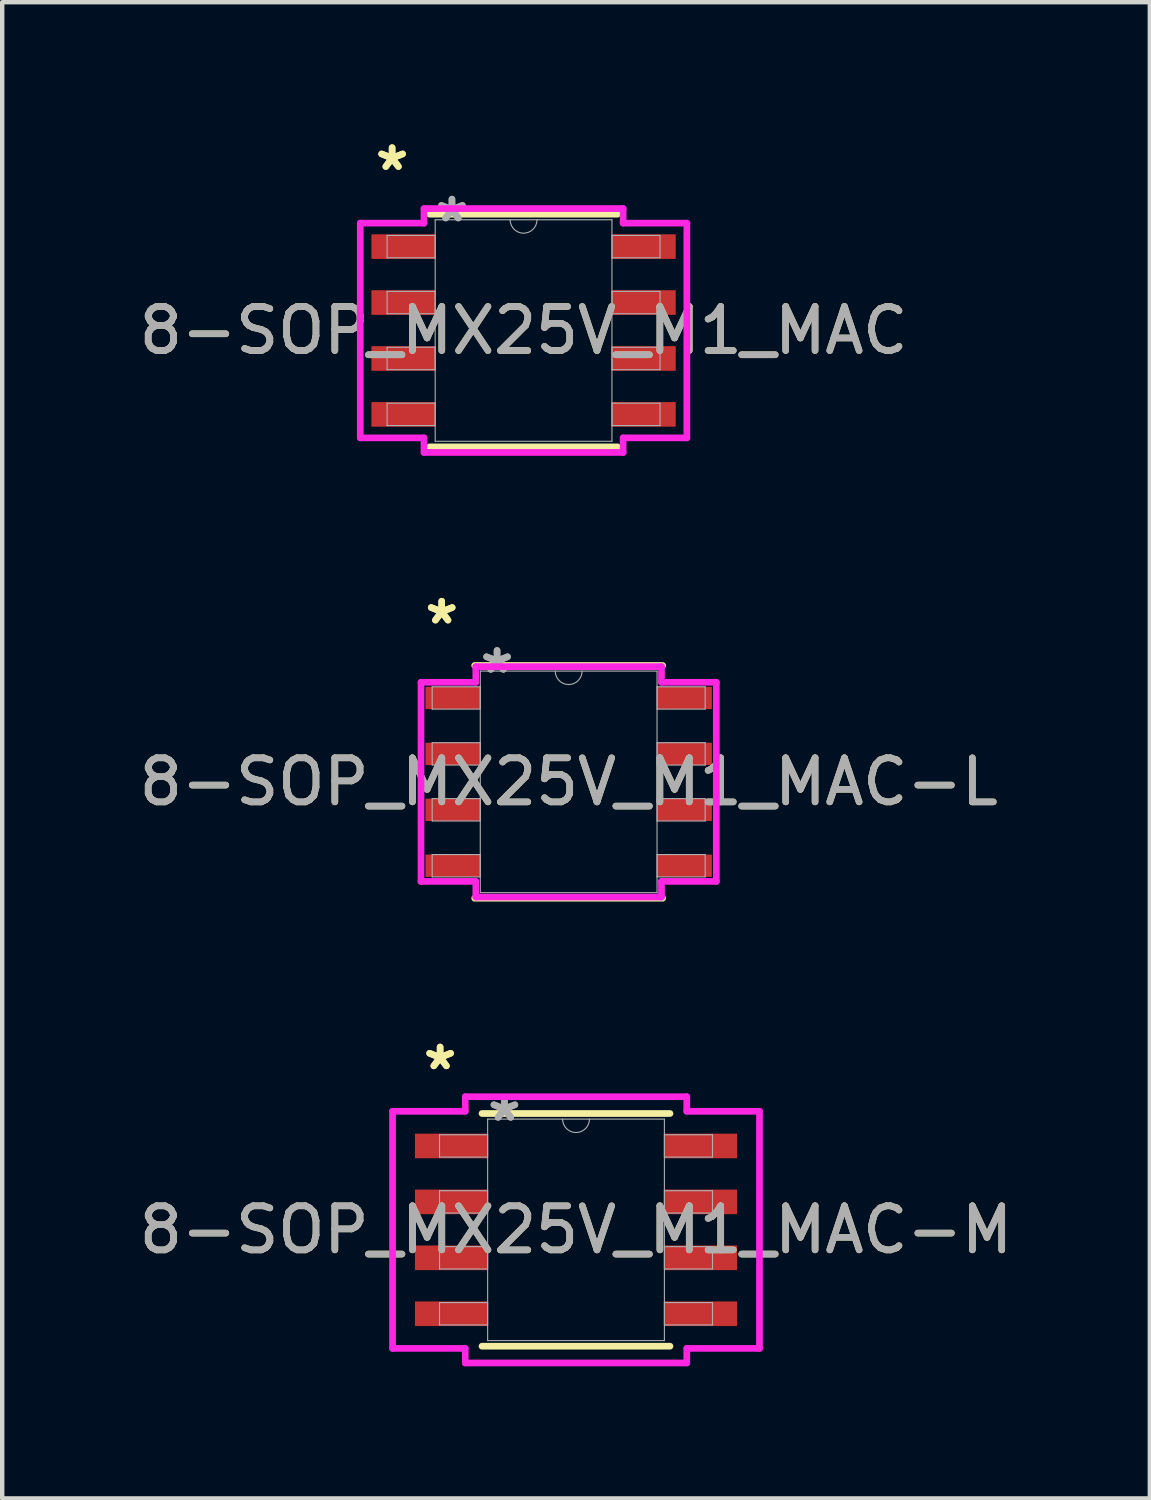
<source format=kicad_pcb>
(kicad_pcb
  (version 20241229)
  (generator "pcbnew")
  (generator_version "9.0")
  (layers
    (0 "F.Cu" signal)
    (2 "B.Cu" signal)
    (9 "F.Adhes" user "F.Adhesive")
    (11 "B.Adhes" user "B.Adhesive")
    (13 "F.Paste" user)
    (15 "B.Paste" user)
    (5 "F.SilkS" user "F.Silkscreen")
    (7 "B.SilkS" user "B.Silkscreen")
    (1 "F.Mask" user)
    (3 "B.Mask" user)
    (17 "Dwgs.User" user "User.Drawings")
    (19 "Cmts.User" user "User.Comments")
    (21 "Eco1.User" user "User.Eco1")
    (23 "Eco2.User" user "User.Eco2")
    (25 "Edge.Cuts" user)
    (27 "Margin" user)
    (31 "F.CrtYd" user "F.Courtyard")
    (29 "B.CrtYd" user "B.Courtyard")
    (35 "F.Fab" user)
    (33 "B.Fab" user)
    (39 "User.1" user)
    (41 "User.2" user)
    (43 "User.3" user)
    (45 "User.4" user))
  (footprint "8-SOP_MX25V_M1_MAC-M"
    (layer "F.Cu")
    (at 10.03 24.877)
    (property "Reference" "8-SOP_MX25V_M1_MAC-M" (at 0 0 0) (unlocked yes) (layer "F.SilkS") (effects (font (size 1 1) (thickness 0.15))))
    (attr smd)
    (fp_line (start -2.134 2.642) (end 2.134 2.642) (stroke (width 0.152) (type solid)) (layer "F.SilkS"))
    (fp_line (start 2.134 -2.642) (end -2.134 -2.642) (stroke (width 0.152) (type solid)) (layer "F.SilkS"))
    (fp_line (start -4.166 -2.692) (end -2.515 -2.692) (stroke (width 0.152) (type solid)) (layer "F.CrtYd"))
    (fp_line (start -4.166 2.692) (end -4.166 -2.692) (stroke (width 0.152) (type solid)) (layer "F.CrtYd"))
    (fp_line (start -4.166 2.692) (end -2.515 2.692) (stroke (width 0.152) (type solid)) (layer "F.CrtYd"))
    (fp_line (start -2.515 -3.023) (end 2.515 -3.023) (stroke (width 0.152) (type solid)) (layer "F.CrtYd"))
    (fp_line (start -2.515 -2.692) (end -2.515 -3.023) (stroke (width 0.152) (type solid)) (layer "F.CrtYd"))
    (fp_line (start -2.515 3.023) (end -2.515 2.692) (stroke (width 0.152) (type solid)) (layer "F.CrtYd"))
    (fp_line (start 2.515 -3.023) (end 2.515 -2.692) (stroke (width 0.152) (type solid)) (layer "F.CrtYd"))
    (fp_line (start 2.515 2.692) (end 2.515 3.023) (stroke (width 0.152) (type solid)) (layer "F.CrtYd"))
    (fp_line (start 2.515 3.023) (end -2.515 3.023) (stroke (width 0.152) (type solid)) (layer "F.CrtYd"))
    (fp_line (start 4.166 -2.692) (end 2.515 -2.692) (stroke (width 0.152) (type solid)) (layer "F.CrtYd"))
    (fp_line (start 4.166 -2.692) (end 4.166 2.692) (stroke (width 0.152) (type solid)) (layer "F.CrtYd"))
    (fp_line (start 4.166 2.692) (end 2.515 2.692) (stroke (width 0.152) (type solid)) (layer "F.CrtYd"))
    (fp_line (start -3.099 -2.159) (end -3.099 -1.651) (stroke (width 0.025) (type solid)) (layer "F.Fab"))
    (fp_line (start -3.099 -1.651) (end -2.007 -1.651) (stroke (width 0.025) (type solid)) (layer "F.Fab"))
    (fp_line (start -3.099 -0.889) (end -3.099 -0.381) (stroke (width 0.025) (type solid)) (layer "F.Fab"))
    (fp_line (start -3.099 -0.381) (end -2.007 -0.381) (stroke (width 0.025) (type solid)) (layer "F.Fab"))
    (fp_line (start -3.099 0.381) (end -3.099 0.889) (stroke (width 0.025) (type solid)) (layer "F.Fab"))
    (fp_line (start -3.099 0.889) (end -2.007 0.889) (stroke (width 0.025) (type solid)) (layer "F.Fab"))
    (fp_line (start -3.099 1.651) (end -3.099 2.159) (stroke (width 0.025) (type solid)) (layer "F.Fab"))
    (fp_line (start -3.099 2.159) (end -2.007 2.159) (stroke (width 0.025) (type solid)) (layer "F.Fab"))
    (fp_line (start -2.007 -2.515) (end -2.007 2.515) (stroke (width 0.025) (type solid)) (layer "F.Fab"))
    (fp_line (start -2.007 -2.159) (end -3.099 -2.159) (stroke (width 0.025) (type solid)) (layer "F.Fab"))
    (fp_line (start -2.007 -1.651) (end -2.007 -2.159) (stroke (width 0.025) (type solid)) (layer "F.Fab"))
    (fp_line (start -2.007 -0.889) (end -3.099 -0.889) (stroke (width 0.025) (type solid)) (layer "F.Fab"))
    (fp_line (start -2.007 -0.381) (end -2.007 -0.889) (stroke (width 0.025) (type solid)) (layer "F.Fab"))
    (fp_line (start -2.007 0.381) (end -3.099 0.381) (stroke (width 0.025) (type solid)) (layer "F.Fab"))
    (fp_line (start -2.007 0.889) (end -2.007 0.381) (stroke (width 0.025) (type solid)) (layer "F.Fab"))
    (fp_line (start -2.007 1.651) (end -3.099 1.651) (stroke (width 0.025) (type solid)) (layer "F.Fab"))
    (fp_line (start -2.007 2.159) (end -2.007 1.651) (stroke (width 0.025) (type solid)) (layer "F.Fab"))
    (fp_line (start -2.007 2.515) (end 2.007 2.515) (stroke (width 0.025) (type solid)) (layer "F.Fab"))
    (fp_line (start 2.007 -2.515) (end -2.007 -2.515) (stroke (width 0.025) (type solid)) (layer "F.Fab"))
    (fp_line (start 2.007 -2.159) (end 2.007 -1.651) (stroke (width 0.025) (type solid)) (layer "F.Fab"))
    (fp_line (start 2.007 -1.651) (end 3.099 -1.651) (stroke (width 0.025) (type solid)) (layer "F.Fab"))
    (fp_line (start 2.007 -0.889) (end 2.007 -0.381) (stroke (width 0.025) (type solid)) (layer "F.Fab"))
    (fp_line (start 2.007 -0.381) (end 3.099 -0.381) (stroke (width 0.025) (type solid)) (layer "F.Fab"))
    (fp_line (start 2.007 0.381) (end 2.007 0.889) (stroke (width 0.025) (type solid)) (layer "F.Fab"))
    (fp_line (start 2.007 0.889) (end 3.099 0.889) (stroke (width 0.025) (type solid)) (layer "F.Fab"))
    (fp_line (start 2.007 1.651) (end 2.007 2.159) (stroke (width 0.025) (type solid)) (layer "F.Fab"))
    (fp_line (start 2.007 2.159) (end 3.099 2.159) (stroke (width 0.025) (type solid)) (layer "F.Fab"))
    (fp_line (start 2.007 2.515) (end 2.007 -2.515) (stroke (width 0.025) (type solid)) (layer "F.Fab"))
    (fp_line (start 3.099 -2.159) (end 2.007 -2.159) (stroke (width 0.025) (type solid)) (layer "F.Fab"))
    (fp_line (start 3.099 -1.651) (end 3.099 -2.159) (stroke (width 0.025) (type solid)) (layer "F.Fab"))
    (fp_line (start 3.099 -0.889) (end 2.007 -0.889) (stroke (width 0.025) (type solid)) (layer "F.Fab"))
    (fp_line (start 3.099 -0.381) (end 3.099 -0.889) (stroke (width 0.025) (type solid)) (layer "F.Fab"))
    (fp_line (start 3.099 0.381) (end 2.007 0.381) (stroke (width 0.025) (type solid)) (layer "F.Fab"))
    (fp_line (start 3.099 0.889) (end 3.099 0.381) (stroke (width 0.025) (type solid)) (layer "F.Fab"))
    (fp_line (start 3.099 1.651) (end 2.007 1.651) (stroke (width 0.025) (type solid)) (layer "F.Fab"))
    (fp_line (start 3.099 2.159) (end 3.099 1.651) (stroke (width 0.025) (type solid)) (layer "F.Fab"))
    (fp_arc (start 0.3048 -2.5146) (mid 0 -2.2098) (end -0.3048 -2.5146) (stroke (width 0.0254) (type solid)) (layer "F.Fab"))
    (fp_text user "*" (at -3.086 -3.607 0) (unlocked yes) (layer "F.SilkS") (effects (font (size 1 1) (thickness 0.15))))
    (fp_text user "*" (at -3.086 -3.607 0) (layer "F.SilkS") (effects (font (size 1 1) (thickness 0.15))))
    (fp_text user "${REFERENCE}" (at 0 0 0) (unlocked yes) (layer "F.Fab") (effects (font (size 1 1) (thickness 0.15))))
    (fp_text user "*" (at -1.626 -2.438 0) (layer "F.Fab") (effects (font (size 1 1) (thickness 0.15))))
    (fp_text user "*" (at -1.626 -2.438 0) (unlocked yes) (layer "F.Fab") (effects (font (size 1 1) (thickness 0.15))))
    (pad "1" smd rect (at -2.832 -1.905) (size 1.651 0.559) (layers "F.Cu" "F.Mask" "F.Paste"))
    (pad "2" smd rect (at -2.832 -0.635) (size 1.651 0.559) (layers "F.Cu" "F.Mask" "F.Paste"))
    (pad "3" smd rect (at -2.832 0.635) (size 1.651 0.559) (layers "F.Cu" "F.Mask" "F.Paste"))
    (pad "4" smd rect (at -2.832 1.905) (size 1.651 0.559) (layers "F.Cu" "F.Mask" "F.Paste"))
    (pad "5" smd rect (at 2.832 1.905) (size 1.651 0.559) (layers "F.Cu" "F.Mask" "F.Paste"))
    (pad "6" smd rect (at 2.832 0.635) (size 1.651 0.559) (layers "F.Cu" "F.Mask" "F.Paste"))
    (pad "7" smd rect (at 2.832 -0.635) (size 1.651 0.559) (layers "F.Cu" "F.Mask" "F.Paste"))
    (pad "8" smd rect (at 2.832 -1.905) (size 1.651 0.559) (layers "F.Cu" "F.Mask" "F.Paste")))
  (footprint "8-SOP_MX25V_M1_MAC"
    (layer "F.Cu")
    (at 8.839 4.455)
    (property "Reference" "8-SOP_MX25V_M1_MAC" (at 0 0 0) (unlocked yes) (layer "F.SilkS") (effects (font (size 1 1) (thickness 0.15))))
    (attr smd)
    (fp_line (start -2.134 2.642) (end 2.134 2.642) (stroke (width 0.152) (type solid)) (layer "F.SilkS"))
    (fp_line (start 2.134 -2.642) (end -2.134 -2.642) (stroke (width 0.152) (type solid)) (layer "F.SilkS"))
    (fp_line (start -3.708 -2.438) (end -2.261 -2.438) (stroke (width 0.152) (type solid)) (layer "F.CrtYd"))
    (fp_line (start -3.708 2.438) (end -3.708 -2.438) (stroke (width 0.152) (type solid)) (layer "F.CrtYd"))
    (fp_line (start -3.708 2.438) (end -2.261 2.438) (stroke (width 0.152) (type solid)) (layer "F.CrtYd"))
    (fp_line (start -2.261 -2.769) (end 2.261 -2.769) (stroke (width 0.152) (type solid)) (layer "F.CrtYd"))
    (fp_line (start -2.261 -2.438) (end -2.261 -2.769) (stroke (width 0.152) (type solid)) (layer "F.CrtYd"))
    (fp_line (start -2.261 2.769) (end -2.261 2.438) (stroke (width 0.152) (type solid)) (layer "F.CrtYd"))
    (fp_line (start 2.261 -2.769) (end 2.261 -2.438) (stroke (width 0.152) (type solid)) (layer "F.CrtYd"))
    (fp_line (start 2.261 2.438) (end 2.261 2.769) (stroke (width 0.152) (type solid)) (layer "F.CrtYd"))
    (fp_line (start 2.261 2.769) (end -2.261 2.769) (stroke (width 0.152) (type solid)) (layer "F.CrtYd"))
    (fp_line (start 3.708 -2.438) (end 2.261 -2.438) (stroke (width 0.152) (type solid)) (layer "F.CrtYd"))
    (fp_line (start 3.708 -2.438) (end 3.708 2.438) (stroke (width 0.152) (type solid)) (layer "F.CrtYd"))
    (fp_line (start 3.708 2.438) (end 2.261 2.438) (stroke (width 0.152) (type solid)) (layer "F.CrtYd"))
    (fp_line (start -3.099 -2.159) (end -3.099 -1.651) (stroke (width 0.025) (type solid)) (layer "F.Fab"))
    (fp_line (start -3.099 -1.651) (end -2.007 -1.651) (stroke (width 0.025) (type solid)) (layer "F.Fab"))
    (fp_line (start -3.099 -0.889) (end -3.099 -0.381) (stroke (width 0.025) (type solid)) (layer "F.Fab"))
    (fp_line (start -3.099 -0.381) (end -2.007 -0.381) (stroke (width 0.025) (type solid)) (layer "F.Fab"))
    (fp_line (start -3.099 0.381) (end -3.099 0.889) (stroke (width 0.025) (type solid)) (layer "F.Fab"))
    (fp_line (start -3.099 0.889) (end -2.007 0.889) (stroke (width 0.025) (type solid)) (layer "F.Fab"))
    (fp_line (start -3.099 1.651) (end -3.099 2.159) (stroke (width 0.025) (type solid)) (layer "F.Fab"))
    (fp_line (start -3.099 2.159) (end -2.007 2.159) (stroke (width 0.025) (type solid)) (layer "F.Fab"))
    (fp_line (start -2.007 -2.515) (end -2.007 2.515) (stroke (width 0.025) (type solid)) (layer "F.Fab"))
    (fp_line (start -2.007 -2.159) (end -3.099 -2.159) (stroke (width 0.025) (type solid)) (layer "F.Fab"))
    (fp_line (start -2.007 -1.651) (end -2.007 -2.159) (stroke (width 0.025) (type solid)) (layer "F.Fab"))
    (fp_line (start -2.007 -0.889) (end -3.099 -0.889) (stroke (width 0.025) (type solid)) (layer "F.Fab"))
    (fp_line (start -2.007 -0.381) (end -2.007 -0.889) (stroke (width 0.025) (type solid)) (layer "F.Fab"))
    (fp_line (start -2.007 0.381) (end -3.099 0.381) (stroke (width 0.025) (type solid)) (layer "F.Fab"))
    (fp_line (start -2.007 0.889) (end -2.007 0.381) (stroke (width 0.025) (type solid)) (layer "F.Fab"))
    (fp_line (start -2.007 1.651) (end -3.099 1.651) (stroke (width 0.025) (type solid)) (layer "F.Fab"))
    (fp_line (start -2.007 2.159) (end -2.007 1.651) (stroke (width 0.025) (type solid)) (layer "F.Fab"))
    (fp_line (start -2.007 2.515) (end 2.007 2.515) (stroke (width 0.025) (type solid)) (layer "F.Fab"))
    (fp_line (start 2.007 -2.515) (end -2.007 -2.515) (stroke (width 0.025) (type solid)) (layer "F.Fab"))
    (fp_line (start 2.007 -2.159) (end 2.007 -1.651) (stroke (width 0.025) (type solid)) (layer "F.Fab"))
    (fp_line (start 2.007 -1.651) (end 3.099 -1.651) (stroke (width 0.025) (type solid)) (layer "F.Fab"))
    (fp_line (start 2.007 -0.889) (end 2.007 -0.381) (stroke (width 0.025) (type solid)) (layer "F.Fab"))
    (fp_line (start 2.007 -0.381) (end 3.099 -0.381) (stroke (width 0.025) (type solid)) (layer "F.Fab"))
    (fp_line (start 2.007 0.381) (end 2.007 0.889) (stroke (width 0.025) (type solid)) (layer "F.Fab"))
    (fp_line (start 2.007 0.889) (end 3.099 0.889) (stroke (width 0.025) (type solid)) (layer "F.Fab"))
    (fp_line (start 2.007 1.651) (end 2.007 2.159) (stroke (width 0.025) (type solid)) (layer "F.Fab"))
    (fp_line (start 2.007 2.159) (end 3.099 2.159) (stroke (width 0.025) (type solid)) (layer "F.Fab"))
    (fp_line (start 2.007 2.515) (end 2.007 -2.515) (stroke (width 0.025) (type solid)) (layer "F.Fab"))
    (fp_line (start 3.099 -2.159) (end 2.007 -2.159) (stroke (width 0.025) (type solid)) (layer "F.Fab"))
    (fp_line (start 3.099 -1.651) (end 3.099 -2.159) (stroke (width 0.025) (type solid)) (layer "F.Fab"))
    (fp_line (start 3.099 -0.889) (end 2.007 -0.889) (stroke (width 0.025) (type solid)) (layer "F.Fab"))
    (fp_line (start 3.099 -0.381) (end 3.099 -0.889) (stroke (width 0.025) (type solid)) (layer "F.Fab"))
    (fp_line (start 3.099 0.381) (end 2.007 0.381) (stroke (width 0.025) (type solid)) (layer "F.Fab"))
    (fp_line (start 3.099 0.889) (end 3.099 0.381) (stroke (width 0.025) (type solid)) (layer "F.Fab"))
    (fp_line (start 3.099 1.651) (end 2.007 1.651) (stroke (width 0.025) (type solid)) (layer "F.Fab"))
    (fp_line (start 3.099 2.159) (end 3.099 1.651) (stroke (width 0.025) (type solid)) (layer "F.Fab"))
    (fp_arc (start 0.3048 -2.5146) (mid 0 -2.2098) (end -0.3048 -2.5146) (stroke (width 0.0254) (type solid)) (layer "F.Fab"))
    (fp_text user "*" (at -2.985 -3.607 0) (unlocked yes) (layer "F.SilkS") (effects (font (size 1 1) (thickness 0.15))))
    (fp_text user "*" (at -2.985 -3.607 0) (layer "F.SilkS") (effects (font (size 1 1) (thickness 0.15))))
    (fp_text user "${REFERENCE}" (at 0 0 0) (unlocked yes) (layer "F.Fab") (effects (font (size 1 1) (thickness 0.15))))
    (fp_text user "*" (at -1.626 -2.438 0) (layer "F.Fab") (effects (font (size 1 1) (thickness 0.15))))
    (fp_text user "*" (at -1.626 -2.438 0) (unlocked yes) (layer "F.Fab") (effects (font (size 1 1) (thickness 0.15))))
    (pad "1" smd rect (at -2.731 -1.905) (size 1.448 0.559) (layers "F.Cu" "F.Mask" "F.Paste"))
    (pad "2" smd rect (at -2.731 -0.635) (size 1.448 0.559) (layers "F.Cu" "F.Mask" "F.Paste"))
    (pad "3" smd rect (at -2.731 0.635) (size 1.448 0.559) (layers "F.Cu" "F.Mask" "F.Paste"))
    (pad "4" smd rect (at -2.731 1.905) (size 1.448 0.559) (layers "F.Cu" "F.Mask" "F.Paste"))
    (pad "5" smd rect (at 2.731 1.905) (size 1.448 0.559) (layers "F.Cu" "F.Mask" "F.Paste"))
    (pad "6" smd rect (at 2.731 0.635) (size 1.448 0.559) (layers "F.Cu" "F.Mask" "F.Paste"))
    (pad "7" smd rect (at 2.731 -0.635) (size 1.448 0.559) (layers "F.Cu" "F.Mask" "F.Paste"))
    (pad "8" smd rect (at 2.731 -1.905) (size 1.448 0.559) (layers "F.Cu" "F.Mask" "F.Paste")))
  (footprint "8-SOP_MX25V_M1_MAC-L"
    (layer "F.Cu")
    (at 9.863 14.704)
    (property "Reference" "8-SOP_MX25V_M1_MAC-L" (at 0 0 0) (unlocked yes) (layer "F.SilkS") (effects (font (size 1 1) (thickness 0.15))))
    (attr smd)
    (fp_line (start -2.134 2.642) (end 2.134 2.642) (stroke (width 0.152) (type solid)) (layer "F.SilkS"))
    (fp_line (start 2.134 -2.642) (end -2.134 -2.642) (stroke (width 0.152) (type solid)) (layer "F.SilkS"))
    (fp_line (start -3.353 -2.261) (end -2.108 -2.261) (stroke (width 0.152) (type solid)) (layer "F.CrtYd"))
    (fp_line (start -3.353 2.261) (end -3.353 -2.261) (stroke (width 0.152) (type solid)) (layer "F.CrtYd"))
    (fp_line (start -3.353 2.261) (end -2.108 2.261) (stroke (width 0.152) (type solid)) (layer "F.CrtYd"))
    (fp_line (start -2.108 -2.616) (end 2.108 -2.616) (stroke (width 0.152) (type solid)) (layer "F.CrtYd"))
    (fp_line (start -2.108 -2.261) (end -2.108 -2.616) (stroke (width 0.152) (type solid)) (layer "F.CrtYd"))
    (fp_line (start -2.108 2.616) (end -2.108 2.261) (stroke (width 0.152) (type solid)) (layer "F.CrtYd"))
    (fp_line (start 2.108 -2.616) (end 2.108 -2.261) (stroke (width 0.152) (type solid)) (layer "F.CrtYd"))
    (fp_line (start 2.108 2.261) (end 2.108 2.616) (stroke (width 0.152) (type solid)) (layer "F.CrtYd"))
    (fp_line (start 2.108 2.616) (end -2.108 2.616) (stroke (width 0.152) (type solid)) (layer "F.CrtYd"))
    (fp_line (start 3.353 -2.261) (end 2.108 -2.261) (stroke (width 0.152) (type solid)) (layer "F.CrtYd"))
    (fp_line (start 3.353 -2.261) (end 3.353 2.261) (stroke (width 0.152) (type solid)) (layer "F.CrtYd"))
    (fp_line (start 3.353 2.261) (end 2.108 2.261) (stroke (width 0.152) (type solid)) (layer "F.CrtYd"))
    (fp_line (start -3.099 -2.159) (end -3.099 -1.651) (stroke (width 0.025) (type solid)) (layer "F.Fab"))
    (fp_line (start -3.099 -1.651) (end -2.007 -1.651) (stroke (width 0.025) (type solid)) (layer "F.Fab"))
    (fp_line (start -3.099 -0.889) (end -3.099 -0.381) (stroke (width 0.025) (type solid)) (layer "F.Fab"))
    (fp_line (start -3.099 -0.381) (end -2.007 -0.381) (stroke (width 0.025) (type solid)) (layer "F.Fab"))
    (fp_line (start -3.099 0.381) (end -3.099 0.889) (stroke (width 0.025) (type solid)) (layer "F.Fab"))
    (fp_line (start -3.099 0.889) (end -2.007 0.889) (stroke (width 0.025) (type solid)) (layer "F.Fab"))
    (fp_line (start -3.099 1.651) (end -3.099 2.159) (stroke (width 0.025) (type solid)) (layer "F.Fab"))
    (fp_line (start -3.099 2.159) (end -2.007 2.159) (stroke (width 0.025) (type solid)) (layer "F.Fab"))
    (fp_line (start -2.007 -2.515) (end -2.007 2.515) (stroke (width 0.025) (type solid)) (layer "F.Fab"))
    (fp_line (start -2.007 -2.159) (end -3.099 -2.159) (stroke (width 0.025) (type solid)) (layer "F.Fab"))
    (fp_line (start -2.007 -1.651) (end -2.007 -2.159) (stroke (width 0.025) (type solid)) (layer "F.Fab"))
    (fp_line (start -2.007 -0.889) (end -3.099 -0.889) (stroke (width 0.025) (type solid)) (layer "F.Fab"))
    (fp_line (start -2.007 -0.381) (end -2.007 -0.889) (stroke (width 0.025) (type solid)) (layer "F.Fab"))
    (fp_line (start -2.007 0.381) (end -3.099 0.381) (stroke (width 0.025) (type solid)) (layer "F.Fab"))
    (fp_line (start -2.007 0.889) (end -2.007 0.381) (stroke (width 0.025) (type solid)) (layer "F.Fab"))
    (fp_line (start -2.007 1.651) (end -3.099 1.651) (stroke (width 0.025) (type solid)) (layer "F.Fab"))
    (fp_line (start -2.007 2.159) (end -2.007 1.651) (stroke (width 0.025) (type solid)) (layer "F.Fab"))
    (fp_line (start -2.007 2.515) (end 2.007 2.515) (stroke (width 0.025) (type solid)) (layer "F.Fab"))
    (fp_line (start 2.007 -2.515) (end -2.007 -2.515) (stroke (width 0.025) (type solid)) (layer "F.Fab"))
    (fp_line (start 2.007 -2.159) (end 2.007 -1.651) (stroke (width 0.025) (type solid)) (layer "F.Fab"))
    (fp_line (start 2.007 -1.651) (end 3.099 -1.651) (stroke (width 0.025) (type solid)) (layer "F.Fab"))
    (fp_line (start 2.007 -0.889) (end 2.007 -0.381) (stroke (width 0.025) (type solid)) (layer "F.Fab"))
    (fp_line (start 2.007 -0.381) (end 3.099 -0.381) (stroke (width 0.025) (type solid)) (layer "F.Fab"))
    (fp_line (start 2.007 0.381) (end 2.007 0.889) (stroke (width 0.025) (type solid)) (layer "F.Fab"))
    (fp_line (start 2.007 0.889) (end 3.099 0.889) (stroke (width 0.025) (type solid)) (layer "F.Fab"))
    (fp_line (start 2.007 1.651) (end 2.007 2.159) (stroke (width 0.025) (type solid)) (layer "F.Fab"))
    (fp_line (start 2.007 2.159) (end 3.099 2.159) (stroke (width 0.025) (type solid)) (layer "F.Fab"))
    (fp_line (start 2.007 2.515) (end 2.007 -2.515) (stroke (width 0.025) (type solid)) (layer "F.Fab"))
    (fp_line (start 3.099 -2.159) (end 2.007 -2.159) (stroke (width 0.025) (type solid)) (layer "F.Fab"))
    (fp_line (start 3.099 -1.651) (end 3.099 -2.159) (stroke (width 0.025) (type solid)) (layer "F.Fab"))
    (fp_line (start 3.099 -0.889) (end 2.007 -0.889) (stroke (width 0.025) (type solid)) (layer "F.Fab"))
    (fp_line (start 3.099 -0.381) (end 3.099 -0.889) (stroke (width 0.025) (type solid)) (layer "F.Fab"))
    (fp_line (start 3.099 0.381) (end 2.007 0.381) (stroke (width 0.025) (type solid)) (layer "F.Fab"))
    (fp_line (start 3.099 0.889) (end 3.099 0.381) (stroke (width 0.025) (type solid)) (layer "F.Fab"))
    (fp_line (start 3.099 1.651) (end 2.007 1.651) (stroke (width 0.025) (type solid)) (layer "F.Fab"))
    (fp_line (start 3.099 2.159) (end 3.099 1.651) (stroke (width 0.025) (type solid)) (layer "F.Fab"))
    (fp_arc (start 0.3048 -2.5146) (mid 0 -2.2098) (end -0.3048 -2.5146) (stroke (width 0.0254) (type solid)) (layer "F.Fab"))
    (fp_text user "*" (at -2.883 -3.556 0) (unlocked yes) (layer "F.SilkS") (effects (font (size 1 1) (thickness 0.15))))
    (fp_text user "*" (at -2.883 -3.556 0) (layer "F.SilkS") (effects (font (size 1 1) (thickness 0.15))))
    (fp_text user "${REFERENCE}" (at 0 0 0) (unlocked yes) (layer "F.Fab") (effects (font (size 1 1) (thickness 0.15))))
    (fp_text user "*" (at -1.626 -2.438 0) (layer "F.Fab") (effects (font (size 1 1) (thickness 0.15))))
    (fp_text user "*" (at -1.626 -2.438 0) (unlocked yes) (layer "F.Fab") (effects (font (size 1 1) (thickness 0.15))))
    (pad "1" smd rect (at -2.629 -1.905) (size 1.245 0.508) (layers "F.Cu" "F.Mask" "F.Paste"))
    (pad "2" smd rect (at -2.629 -0.635) (size 1.245 0.508) (layers "F.Cu" "F.Mask" "F.Paste"))
    (pad "3" smd rect (at -2.629 0.635) (size 1.245 0.508) (layers "F.Cu" "F.Mask" "F.Paste"))
    (pad "4" smd rect (at -2.629 1.905) (size 1.245 0.508) (layers "F.Cu" "F.Mask" "F.Paste"))
    (pad "5" smd rect (at 2.629 1.905) (size 1.245 0.508) (layers "F.Cu" "F.Mask" "F.Paste"))
    (pad "6" smd rect (at 2.629 0.635) (size 1.245 0.508) (layers "F.Cu" "F.Mask" "F.Paste"))
    (pad "7" smd rect (at 2.629 -0.635) (size 1.245 0.508) (layers "F.Cu" "F.Mask" "F.Paste"))
    (pad "8" smd rect (at 2.629 -1.905) (size 1.245 0.508) (layers "F.Cu" "F.Mask" "F.Paste")))
  (gr_rect
    (start -3 -3)
    (end 23.06 30.976)
    (stroke (width 0.1) (type default))
    (fill no)
    (layer "Edge.Cuts")))
</source>
